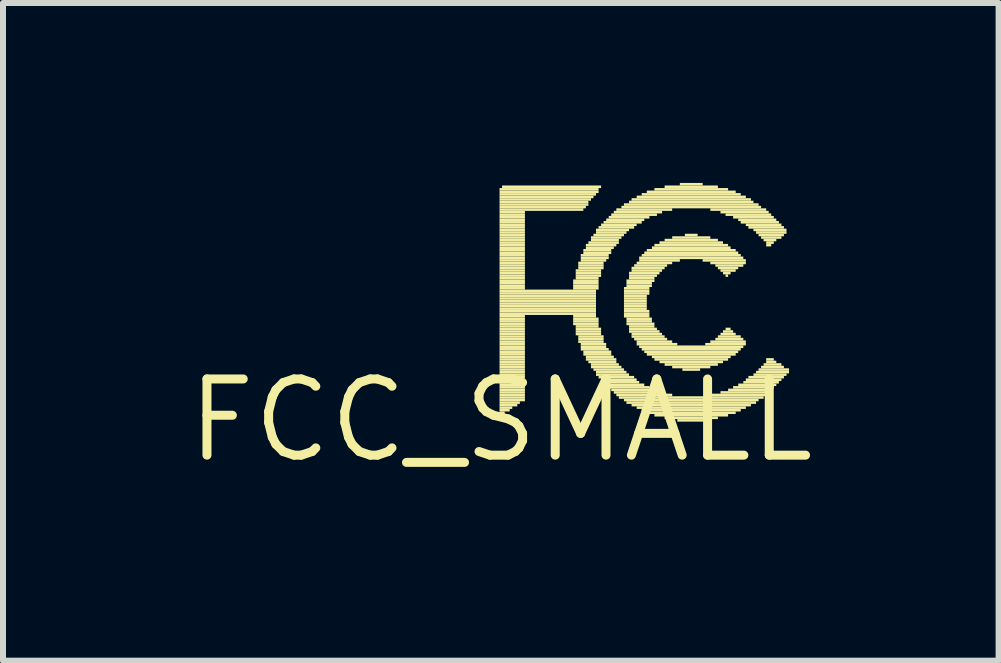
<source format=kicad_pcb>
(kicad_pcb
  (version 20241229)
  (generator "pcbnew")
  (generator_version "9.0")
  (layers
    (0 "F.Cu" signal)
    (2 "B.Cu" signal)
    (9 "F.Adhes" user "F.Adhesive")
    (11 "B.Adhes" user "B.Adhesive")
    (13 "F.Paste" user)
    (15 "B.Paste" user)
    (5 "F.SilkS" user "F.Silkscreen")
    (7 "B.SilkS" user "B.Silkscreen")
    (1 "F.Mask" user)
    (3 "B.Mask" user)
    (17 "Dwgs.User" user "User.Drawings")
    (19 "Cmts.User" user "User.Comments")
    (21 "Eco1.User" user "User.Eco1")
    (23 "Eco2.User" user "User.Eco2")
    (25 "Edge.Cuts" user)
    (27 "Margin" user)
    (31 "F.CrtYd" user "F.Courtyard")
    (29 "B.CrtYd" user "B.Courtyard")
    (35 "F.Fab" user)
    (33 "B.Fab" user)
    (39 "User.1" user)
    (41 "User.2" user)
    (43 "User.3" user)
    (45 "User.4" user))
  (footprint "FCC_SMALL"
    (layer "F.Cu")
    (at 5.299 3.958)
    (property "Reference" "FCC_SMALL" (at 0 0 0) (layer "F.SilkS") (effects (font (size 1.27 1.27) (thickness 0.15))))
    (fp_poly (pts (xy -0.021 -3.831) (xy 1.63 -3.831) (xy 1.63 -3.873) (xy -0.021 -3.873)) (stroke (width 0) (type solid)) (fill yes) (layer "F.SilkS"))
    (fp_poly (pts (xy -0.021 -3.789) (xy 1.63 -3.789) (xy 1.63 -3.831) (xy -0.021 -3.831)) (stroke (width 0) (type solid)) (fill yes) (layer "F.SilkS"))
    (fp_poly (pts (xy -0.021 -3.747) (xy 1.587 -3.747) (xy 1.587 -3.789) (xy -0.021 -3.789)) (stroke (width 0) (type solid)) (fill yes) (layer "F.SilkS"))
    (fp_poly (pts (xy -0.021 -3.704) (xy 1.545 -3.704) (xy 1.545 -3.747) (xy -0.021 -3.747)) (stroke (width 0) (type solid)) (fill yes) (layer "F.SilkS"))
    (fp_poly (pts (xy -0.021 -3.662) (xy 1.503 -3.662) (xy 1.503 -3.704) (xy -0.021 -3.704)) (stroke (width 0) (type solid)) (fill yes) (layer "F.SilkS"))
    (fp_poly (pts (xy -0.021 -3.619) (xy 1.46 -3.619) (xy 1.46 -3.662) (xy -0.021 -3.662)) (stroke (width 0) (type solid)) (fill yes) (layer "F.SilkS"))
    (fp_poly (pts (xy -0.021 -3.577) (xy 1.46 -3.577) (xy 1.46 -3.619) (xy -0.021 -3.619)) (stroke (width 0) (type solid)) (fill yes) (layer "F.SilkS"))
    (fp_poly (pts (xy -0.021 -3.535) (xy 1.418 -3.535) (xy 1.418 -3.577) (xy -0.021 -3.577)) (stroke (width 0) (type solid)) (fill yes) (layer "F.SilkS"))
    (fp_poly (pts (xy -0.021 -3.493) (xy 1.376 -3.493) (xy 1.376 -3.535) (xy -0.021 -3.535)) (stroke (width 0) (type solid)) (fill yes) (layer "F.SilkS"))
    (fp_poly (pts (xy -0.021 -3.45) (xy 0.402 -3.45) (xy 0.402 -3.493) (xy -0.021 -3.493)) (stroke (width 0) (type solid)) (fill yes) (layer "F.SilkS"))
    (fp_poly (pts (xy -0.021 -3.408) (xy 0.402 -3.408) (xy 0.402 -3.45) (xy -0.021 -3.45)) (stroke (width 0) (type solid)) (fill yes) (layer "F.SilkS"))
    (fp_poly (pts (xy -0.021 -3.365) (xy 0.402 -3.365) (xy 0.402 -3.408) (xy -0.021 -3.408)) (stroke (width 0) (type solid)) (fill yes) (layer "F.SilkS"))
    (fp_poly (pts (xy -0.021 -3.323) (xy 0.402 -3.323) (xy 0.402 -3.365) (xy -0.021 -3.365)) (stroke (width 0) (type solid)) (fill yes) (layer "F.SilkS"))
    (fp_poly (pts (xy -0.021 -3.281) (xy 0.402 -3.281) (xy 0.402 -3.323) (xy -0.021 -3.323)) (stroke (width 0) (type solid)) (fill yes) (layer "F.SilkS"))
    (fp_poly (pts (xy -0.021 -3.239) (xy 0.402 -3.239) (xy 0.402 -3.281) (xy -0.021 -3.281)) (stroke (width 0) (type solid)) (fill yes) (layer "F.SilkS"))
    (fp_poly (pts (xy -0.021 -3.196) (xy 0.402 -3.196) (xy 0.402 -3.239) (xy -0.021 -3.239)) (stroke (width 0) (type solid)) (fill yes) (layer "F.SilkS"))
    (fp_poly (pts (xy -0.021 -3.154) (xy 0.402 -3.154) (xy 0.402 -3.196) (xy -0.021 -3.196)) (stroke (width 0) (type solid)) (fill yes) (layer "F.SilkS"))
    (fp_poly (pts (xy -0.021 -3.111) (xy 0.402 -3.111) (xy 0.402 -3.154) (xy -0.021 -3.154)) (stroke (width 0) (type solid)) (fill yes) (layer "F.SilkS"))
    (fp_poly (pts (xy -0.021 -3.069) (xy 0.402 -3.069) (xy 0.402 -3.111) (xy -0.021 -3.111)) (stroke (width 0) (type solid)) (fill yes) (layer "F.SilkS"))
    (fp_poly (pts (xy -0.021 -3.027) (xy 0.402 -3.027) (xy 0.402 -3.069) (xy -0.021 -3.069)) (stroke (width 0) (type solid)) (fill yes) (layer "F.SilkS"))
    (fp_poly (pts (xy -0.021 -2.985) (xy 0.402 -2.985) (xy 0.402 -3.027) (xy -0.021 -3.027)) (stroke (width 0) (type solid)) (fill yes) (layer "F.SilkS"))
    (fp_poly (pts (xy -0.021 -2.942) (xy 0.402 -2.942) (xy 0.402 -2.985) (xy -0.021 -2.985)) (stroke (width 0) (type solid)) (fill yes) (layer "F.SilkS"))
    (fp_poly (pts (xy -0.021 -2.9) (xy 0.402 -2.9) (xy 0.402 -2.942) (xy -0.021 -2.942)) (stroke (width 0) (type solid)) (fill yes) (layer "F.SilkS"))
    (fp_poly (pts (xy -0.021 -2.857) (xy 0.402 -2.857) (xy 0.402 -2.9) (xy -0.021 -2.9)) (stroke (width 0) (type solid)) (fill yes) (layer "F.SilkS"))
    (fp_poly (pts (xy -0.021 -2.815) (xy 0.402 -2.815) (xy 0.402 -2.857) (xy -0.021 -2.857)) (stroke (width 0) (type solid)) (fill yes) (layer "F.SilkS"))
    (fp_poly (pts (xy -0.021 -2.773) (xy 0.402 -2.773) (xy 0.402 -2.815) (xy -0.021 -2.815)) (stroke (width 0) (type solid)) (fill yes) (layer "F.SilkS"))
    (fp_poly (pts (xy -0.021 -2.731) (xy 0.402 -2.731) (xy 0.402 -2.773) (xy -0.021 -2.773)) (stroke (width 0) (type solid)) (fill yes) (layer "F.SilkS"))
    (fp_poly (pts (xy -0.021 -2.688) (xy 0.402 -2.688) (xy 0.402 -2.731) (xy -0.021 -2.731)) (stroke (width 0) (type solid)) (fill yes) (layer "F.SilkS"))
    (fp_poly (pts (xy -0.021 -2.646) (xy 0.402 -2.646) (xy 0.402 -2.688) (xy -0.021 -2.688)) (stroke (width 0) (type solid)) (fill yes) (layer "F.SilkS"))
    (fp_poly (pts (xy -0.021 -2.603) (xy 0.402 -2.603) (xy 0.402 -2.646) (xy -0.021 -2.646)) (stroke (width 0) (type solid)) (fill yes) (layer "F.SilkS"))
    (fp_poly (pts (xy -0.021 -2.561) (xy 0.402 -2.561) (xy 0.402 -2.603) (xy -0.021 -2.603)) (stroke (width 0) (type solid)) (fill yes) (layer "F.SilkS"))
    (fp_poly (pts (xy -0.021 -2.519) (xy 0.402 -2.519) (xy 0.402 -2.561) (xy -0.021 -2.561)) (stroke (width 0) (type solid)) (fill yes) (layer "F.SilkS"))
    (fp_poly (pts (xy -0.021 -2.477) (xy 0.402 -2.477) (xy 0.402 -2.519) (xy -0.021 -2.519)) (stroke (width 0) (type solid)) (fill yes) (layer "F.SilkS"))
    (fp_poly (pts (xy -0.021 -2.434) (xy 0.402 -2.434) (xy 0.402 -2.477) (xy -0.021 -2.477)) (stroke (width 0) (type solid)) (fill yes) (layer "F.SilkS"))
    (fp_poly (pts (xy -0.021 -2.392) (xy 0.402 -2.392) (xy 0.402 -2.434) (xy -0.021 -2.434)) (stroke (width 0) (type solid)) (fill yes) (layer "F.SilkS"))
    (fp_poly (pts (xy -0.021 -2.349) (xy 0.402 -2.349) (xy 0.402 -2.392) (xy -0.021 -2.392)) (stroke (width 0) (type solid)) (fill yes) (layer "F.SilkS"))
    (fp_poly (pts (xy -0.021 -2.307) (xy 0.402 -2.307) (xy 0.402 -2.349) (xy -0.021 -2.349)) (stroke (width 0) (type solid)) (fill yes) (layer "F.SilkS"))
    (fp_poly (pts (xy -0.021 -2.265) (xy 0.402 -2.265) (xy 0.402 -2.307) (xy -0.021 -2.307)) (stroke (width 0) (type solid)) (fill yes) (layer "F.SilkS"))
    (fp_poly (pts (xy -0.021 -2.223) (xy 0.402 -2.223) (xy 0.402 -2.265) (xy -0.021 -2.265)) (stroke (width 0) (type solid)) (fill yes) (layer "F.SilkS"))
    (fp_poly (pts (xy -0.021 -2.18) (xy 0.402 -2.18) (xy 0.402 -2.223) (xy -0.021 -2.223)) (stroke (width 0) (type solid)) (fill yes) (layer "F.SilkS"))
    (fp_poly (pts (xy -0.021 -2.138) (xy 1.587 -2.138) (xy 1.587 -2.18) (xy -0.021 -2.18)) (stroke (width 0) (type solid)) (fill yes) (layer "F.SilkS"))
    (fp_poly (pts (xy -0.021 -2.095) (xy 1.587 -2.095) (xy 1.587 -2.138) (xy -0.021 -2.138)) (stroke (width 0) (type solid)) (fill yes) (layer "F.SilkS"))
    (fp_poly (pts (xy -0.021 -2.053) (xy 1.587 -2.053) (xy 1.587 -2.095) (xy -0.021 -2.095)) (stroke (width 0) (type solid)) (fill yes) (layer "F.SilkS"))
    (fp_poly (pts (xy -0.021 -2.011) (xy 1.587 -2.011) (xy 1.587 -2.053) (xy -0.021 -2.053)) (stroke (width 0) (type solid)) (fill yes) (layer "F.SilkS"))
    (fp_poly (pts (xy -0.021 -1.968) (xy 1.587 -1.968) (xy 1.587 -2.011) (xy -0.021 -2.011)) (stroke (width 0) (type solid)) (fill yes) (layer "F.SilkS"))
    (fp_poly (pts (xy -0.021 -1.926) (xy 1.587 -1.926) (xy 1.587 -1.968) (xy -0.021 -1.968)) (stroke (width 0) (type solid)) (fill yes) (layer "F.SilkS"))
    (fp_poly (pts (xy -0.021 -1.884) (xy 1.587 -1.884) (xy 1.587 -1.926) (xy -0.021 -1.926)) (stroke (width 0) (type solid)) (fill yes) (layer "F.SilkS"))
    (fp_poly (pts (xy -0.021 -1.841) (xy 1.587 -1.841) (xy 1.587 -1.884) (xy -0.021 -1.884)) (stroke (width 0) (type solid)) (fill yes) (layer "F.SilkS"))
    (fp_poly (pts (xy -0.021 -1.799) (xy 1.587 -1.799) (xy 1.587 -1.841) (xy -0.021 -1.841)) (stroke (width 0) (type solid)) (fill yes) (layer "F.SilkS"))
    (fp_poly (pts (xy -0.021 -1.757) (xy 1.587 -1.757) (xy 1.587 -1.799) (xy -0.021 -1.799)) (stroke (width 0) (type solid)) (fill yes) (layer "F.SilkS"))
    (fp_poly (pts (xy -0.021 -1.714) (xy 0.402 -1.714) (xy 0.402 -1.757) (xy -0.021 -1.757)) (stroke (width 0) (type solid)) (fill yes) (layer "F.SilkS"))
    (fp_poly (pts (xy -0.021 -1.672) (xy 0.402 -1.672) (xy 0.402 -1.714) (xy -0.021 -1.714)) (stroke (width 0) (type solid)) (fill yes) (layer "F.SilkS"))
    (fp_poly (pts (xy -0.021 -1.63) (xy 0.402 -1.63) (xy 0.402 -1.672) (xy -0.021 -1.672)) (stroke (width 0) (type solid)) (fill yes) (layer "F.SilkS"))
    (fp_poly (pts (xy -0.021 -1.587) (xy 0.402 -1.587) (xy 0.402 -1.63) (xy -0.021 -1.63)) (stroke (width 0) (type solid)) (fill yes) (layer "F.SilkS"))
    (fp_poly (pts (xy -0.021 -1.545) (xy 0.402 -1.545) (xy 0.402 -1.587) (xy -0.021 -1.587)) (stroke (width 0) (type solid)) (fill yes) (layer "F.SilkS"))
    (fp_poly (pts (xy -0.021 -1.503) (xy 0.402 -1.503) (xy 0.402 -1.545) (xy -0.021 -1.545)) (stroke (width 0) (type solid)) (fill yes) (layer "F.SilkS"))
    (fp_poly (pts (xy -0.021 -1.46) (xy 0.402 -1.46) (xy 0.402 -1.503) (xy -0.021 -1.503)) (stroke (width 0) (type solid)) (fill yes) (layer "F.SilkS"))
    (fp_poly (pts (xy -0.021 -1.418) (xy 0.402 -1.418) (xy 0.402 -1.46) (xy -0.021 -1.46)) (stroke (width 0) (type solid)) (fill yes) (layer "F.SilkS"))
    (fp_poly (pts (xy -0.021 -1.376) (xy 0.402 -1.376) (xy 0.402 -1.418) (xy -0.021 -1.418)) (stroke (width 0) (type solid)) (fill yes) (layer "F.SilkS"))
    (fp_poly (pts (xy -0.021 -1.333) (xy 0.402 -1.333) (xy 0.402 -1.376) (xy -0.021 -1.376)) (stroke (width 0) (type solid)) (fill yes) (layer "F.SilkS"))
    (fp_poly (pts (xy -0.021 -1.291) (xy 0.402 -1.291) (xy 0.402 -1.333) (xy -0.021 -1.333)) (stroke (width 0) (type solid)) (fill yes) (layer "F.SilkS"))
    (fp_poly (pts (xy -0.021 -1.249) (xy 0.402 -1.249) (xy 0.402 -1.291) (xy -0.021 -1.291)) (stroke (width 0) (type solid)) (fill yes) (layer "F.SilkS"))
    (fp_poly (pts (xy -0.021 -1.206) (xy 0.402 -1.206) (xy 0.402 -1.249) (xy -0.021 -1.249)) (stroke (width 0) (type solid)) (fill yes) (layer "F.SilkS"))
    (fp_poly (pts (xy -0.021 -1.164) (xy 0.402 -1.164) (xy 0.402 -1.206) (xy -0.021 -1.206)) (stroke (width 0) (type solid)) (fill yes) (layer "F.SilkS"))
    (fp_poly (pts (xy -0.021 -1.122) (xy 0.402 -1.122) (xy 0.402 -1.164) (xy -0.021 -1.164)) (stroke (width 0) (type solid)) (fill yes) (layer "F.SilkS"))
    (fp_poly (pts (xy -0.021 -1.079) (xy 0.402 -1.079) (xy 0.402 -1.122) (xy -0.021 -1.122)) (stroke (width 0) (type solid)) (fill yes) (layer "F.SilkS"))
    (fp_poly (pts (xy -0.021 -1.037) (xy 0.402 -1.037) (xy 0.402 -1.079) (xy -0.021 -1.079)) (stroke (width 0) (type solid)) (fill yes) (layer "F.SilkS"))
    (fp_poly (pts (xy -0.021 -0.995) (xy 0.402 -0.995) (xy 0.402 -1.037) (xy -0.021 -1.037)) (stroke (width 0) (type solid)) (fill yes) (layer "F.SilkS"))
    (fp_poly (pts (xy -0.021 -0.953) (xy 0.402 -0.953) (xy 0.402 -0.995) (xy -0.021 -0.995)) (stroke (width 0) (type solid)) (fill yes) (layer "F.SilkS"))
    (fp_poly (pts (xy -0.021 -0.91) (xy 0.402 -0.91) (xy 0.402 -0.953) (xy -0.021 -0.953)) (stroke (width 0) (type solid)) (fill yes) (layer "F.SilkS"))
    (fp_poly (pts (xy -0.021 -0.868) (xy 0.402 -0.868) (xy 0.402 -0.91) (xy -0.021 -0.91)) (stroke (width 0) (type solid)) (fill yes) (layer "F.SilkS"))
    (fp_poly (pts (xy -0.021 -0.826) (xy 0.402 -0.826) (xy 0.402 -0.868) (xy -0.021 -0.868)) (stroke (width 0) (type solid)) (fill yes) (layer "F.SilkS"))
    (fp_poly (pts (xy -0.021 -0.783) (xy 0.402 -0.783) (xy 0.402 -0.826) (xy -0.021 -0.826)) (stroke (width 0) (type solid)) (fill yes) (layer "F.SilkS"))
    (fp_poly (pts (xy -0.021 -0.741) (xy 0.402 -0.741) (xy 0.402 -0.783) (xy -0.021 -0.783)) (stroke (width 0) (type solid)) (fill yes) (layer "F.SilkS"))
    (fp_poly (pts (xy -0.021 -0.699) (xy 0.402 -0.699) (xy 0.402 -0.741) (xy -0.021 -0.741)) (stroke (width 0) (type solid)) (fill yes) (layer "F.SilkS"))
    (fp_poly (pts (xy -0.021 -0.656) (xy 0.402 -0.656) (xy 0.402 -0.699) (xy -0.021 -0.699)) (stroke (width 0) (type solid)) (fill yes) (layer "F.SilkS"))
    (fp_poly (pts (xy -0.021 -0.614) (xy 0.402 -0.614) (xy 0.402 -0.656) (xy -0.021 -0.656)) (stroke (width 0) (type solid)) (fill yes) (layer "F.SilkS"))
    (fp_poly (pts (xy -0.021 -0.572) (xy 0.402 -0.572) (xy 0.402 -0.614) (xy -0.021 -0.614)) (stroke (width 0) (type solid)) (fill yes) (layer "F.SilkS"))
    (fp_poly (pts (xy -0.021 -0.529) (xy 0.402 -0.529) (xy 0.402 -0.572) (xy -0.021 -0.572)) (stroke (width 0) (type solid)) (fill yes) (layer "F.SilkS"))
    (fp_poly (pts (xy -0.021 -0.487) (xy 0.402 -0.487) (xy 0.402 -0.529) (xy -0.021 -0.529)) (stroke (width 0) (type solid)) (fill yes) (layer "F.SilkS"))
    (fp_poly (pts (xy -0.021 -0.445) (xy 0.402 -0.445) (xy 0.402 -0.487) (xy -0.021 -0.487)) (stroke (width 0) (type solid)) (fill yes) (layer "F.SilkS"))
    (fp_poly (pts (xy -0.021 -0.402) (xy 0.402 -0.402) (xy 0.402 -0.445) (xy -0.021 -0.445)) (stroke (width 0) (type solid)) (fill yes) (layer "F.SilkS"))
    (fp_poly (pts (xy -0.021 -0.36) (xy 0.402 -0.36) (xy 0.402 -0.402) (xy -0.021 -0.402)) (stroke (width 0) (type solid)) (fill yes) (layer "F.SilkS"))
    (fp_poly (pts (xy -0.021 -0.318) (xy 0.402 -0.318) (xy 0.402 -0.36) (xy -0.021 -0.36)) (stroke (width 0) (type solid)) (fill yes) (layer "F.SilkS"))
    (fp_poly (pts (xy -0.021 -0.275) (xy 0.318 -0.275) (xy 0.318 -0.318) (xy -0.021 -0.318)) (stroke (width 0) (type solid)) (fill yes) (layer "F.SilkS"))
    (fp_poly (pts (xy -0.021 -0.233) (xy 0.275 -0.233) (xy 0.275 -0.275) (xy -0.021 -0.275)) (stroke (width 0) (type solid)) (fill yes) (layer "F.SilkS"))
    (fp_poly (pts (xy -0.021 -0.191) (xy 0.191 -0.191) (xy 0.191 -0.233) (xy -0.021 -0.233)) (stroke (width 0) (type solid)) (fill yes) (layer "F.SilkS"))
    (fp_poly (pts (xy -0.021 -0.148) (xy 0.148 -0.148) (xy 0.148 -0.191) (xy -0.021 -0.191)) (stroke (width 0) (type solid)) (fill yes) (layer "F.SilkS"))
    (fp_poly (pts (xy -0.021 -0.106) (xy 0.064 -0.106) (xy 0.064 -0.148) (xy -0.021 -0.148)) (stroke (width 0) (type solid)) (fill yes) (layer "F.SilkS"))
    (fp_poly (pts (xy -0.021 -0.064) (xy 0.021 -0.064) (xy 0.021 -0.106) (xy -0.021 -0.106)) (stroke (width 0) (type solid)) (fill yes) (layer "F.SilkS"))
    (fp_poly (pts (xy 0.021 -3.873) (xy 1.672 -3.873) (xy 1.672 -3.916) (xy 0.021 -3.916)) (stroke (width 0) (type solid)) (fill yes) (layer "F.SilkS"))
    (fp_poly (pts (xy 1.206 -2.307) (xy 1.63 -2.307) (xy 1.63 -2.349) (xy 1.206 -2.349)) (stroke (width 0) (type solid)) (fill yes) (layer "F.SilkS"))
    (fp_poly (pts (xy 1.206 -2.265) (xy 1.63 -2.265) (xy 1.63 -2.307) (xy 1.206 -2.307)) (stroke (width 0) (type solid)) (fill yes) (layer "F.SilkS"))
    (fp_poly (pts (xy 1.206 -2.223) (xy 1.63 -2.223) (xy 1.63 -2.265) (xy 1.206 -2.265)) (stroke (width 0) (type solid)) (fill yes) (layer "F.SilkS"))
    (fp_poly (pts (xy 1.206 -2.18) (xy 1.63 -2.18) (xy 1.63 -2.223) (xy 1.206 -2.223)) (stroke (width 0) (type solid)) (fill yes) (layer "F.SilkS"))
    (fp_poly (pts (xy 1.206 -1.714) (xy 1.587 -1.714) (xy 1.587 -1.757) (xy 1.206 -1.757)) (stroke (width 0) (type solid)) (fill yes) (layer "F.SilkS"))
    (fp_poly (pts (xy 1.206 -1.672) (xy 1.63 -1.672) (xy 1.63 -1.714) (xy 1.206 -1.714)) (stroke (width 0) (type solid)) (fill yes) (layer "F.SilkS"))
    (fp_poly (pts (xy 1.206 -1.63) (xy 1.63 -1.63) (xy 1.63 -1.672) (xy 1.206 -1.672)) (stroke (width 0) (type solid)) (fill yes) (layer "F.SilkS"))
    (fp_poly (pts (xy 1.206 -1.587) (xy 1.63 -1.587) (xy 1.63 -1.63) (xy 1.206 -1.63)) (stroke (width 0) (type solid)) (fill yes) (layer "F.SilkS"))
    (fp_poly (pts (xy 1.249 -2.477) (xy 1.672 -2.477) (xy 1.672 -2.519) (xy 1.249 -2.519)) (stroke (width 0) (type solid)) (fill yes) (layer "F.SilkS"))
    (fp_poly (pts (xy 1.249 -2.434) (xy 1.672 -2.434) (xy 1.672 -2.477) (xy 1.249 -2.477)) (stroke (width 0) (type solid)) (fill yes) (layer "F.SilkS"))
    (fp_poly (pts (xy 1.249 -2.392) (xy 1.672 -2.392) (xy 1.672 -2.434) (xy 1.249 -2.434)) (stroke (width 0) (type solid)) (fill yes) (layer "F.SilkS"))
    (fp_poly (pts (xy 1.249 -2.349) (xy 1.63 -2.349) (xy 1.63 -2.392) (xy 1.249 -2.392)) (stroke (width 0) (type solid)) (fill yes) (layer "F.SilkS"))
    (fp_poly (pts (xy 1.249 -1.545) (xy 1.63 -1.545) (xy 1.63 -1.587) (xy 1.249 -1.587)) (stroke (width 0) (type solid)) (fill yes) (layer "F.SilkS"))
    (fp_poly (pts (xy 1.249 -1.503) (xy 1.672 -1.503) (xy 1.672 -1.545) (xy 1.249 -1.545)) (stroke (width 0) (type solid)) (fill yes) (layer "F.SilkS"))
    (fp_poly (pts (xy 1.249 -1.46) (xy 1.672 -1.46) (xy 1.672 -1.503) (xy 1.249 -1.503)) (stroke (width 0) (type solid)) (fill yes) (layer "F.SilkS"))
    (fp_poly (pts (xy 1.249 -1.418) (xy 1.672 -1.418) (xy 1.672 -1.46) (xy 1.249 -1.46)) (stroke (width 0) (type solid)) (fill yes) (layer "F.SilkS"))
    (fp_poly (pts (xy 1.291 -2.603) (xy 1.714 -2.603) (xy 1.714 -2.646) (xy 1.291 -2.646)) (stroke (width 0) (type solid)) (fill yes) (layer "F.SilkS"))
    (fp_poly (pts (xy 1.291 -2.561) (xy 1.714 -2.561) (xy 1.714 -2.603) (xy 1.291 -2.603)) (stroke (width 0) (type solid)) (fill yes) (layer "F.SilkS"))
    (fp_poly (pts (xy 1.291 -2.519) (xy 1.714 -2.519) (xy 1.714 -2.561) (xy 1.291 -2.561)) (stroke (width 0) (type solid)) (fill yes) (layer "F.SilkS"))
    (fp_poly (pts (xy 1.291 -1.376) (xy 1.714 -1.376) (xy 1.714 -1.418) (xy 1.291 -1.418)) (stroke (width 0) (type solid)) (fill yes) (layer "F.SilkS"))
    (fp_poly (pts (xy 1.291 -1.333) (xy 1.714 -1.333) (xy 1.714 -1.376) (xy 1.291 -1.376)) (stroke (width 0) (type solid)) (fill yes) (layer "F.SilkS"))
    (fp_poly (pts (xy 1.291 -1.291) (xy 1.714 -1.291) (xy 1.714 -1.333) (xy 1.291 -1.333)) (stroke (width 0) (type solid)) (fill yes) (layer "F.SilkS"))
    (fp_poly (pts (xy 1.333 -2.731) (xy 1.799 -2.731) (xy 1.799 -2.773) (xy 1.333 -2.773)) (stroke (width 0) (type solid)) (fill yes) (layer "F.SilkS"))
    (fp_poly (pts (xy 1.333 -2.688) (xy 1.799 -2.688) (xy 1.799 -2.731) (xy 1.333 -2.731)) (stroke (width 0) (type solid)) (fill yes) (layer "F.SilkS"))
    (fp_poly (pts (xy 1.333 -2.646) (xy 1.757 -2.646) (xy 1.757 -2.688) (xy 1.333 -2.688)) (stroke (width 0) (type solid)) (fill yes) (layer "F.SilkS"))
    (fp_poly (pts (xy 1.333 -1.249) (xy 1.757 -1.249) (xy 1.757 -1.291) (xy 1.333 -1.291)) (stroke (width 0) (type solid)) (fill yes) (layer "F.SilkS"))
    (fp_poly (pts (xy 1.333 -1.206) (xy 1.757 -1.206) (xy 1.757 -1.249) (xy 1.333 -1.249)) (stroke (width 0) (type solid)) (fill yes) (layer "F.SilkS"))
    (fp_poly (pts (xy 1.333 -1.164) (xy 1.799 -1.164) (xy 1.799 -1.206) (xy 1.333 -1.206)) (stroke (width 0) (type solid)) (fill yes) (layer "F.SilkS"))
    (fp_poly (pts (xy 1.376 -2.815) (xy 1.841 -2.815) (xy 1.841 -2.857) (xy 1.376 -2.857)) (stroke (width 0) (type solid)) (fill yes) (layer "F.SilkS"))
    (fp_poly (pts (xy 1.376 -2.773) (xy 1.841 -2.773) (xy 1.841 -2.815) (xy 1.376 -2.815)) (stroke (width 0) (type solid)) (fill yes) (layer "F.SilkS"))
    (fp_poly (pts (xy 1.376 -1.122) (xy 1.841 -1.122) (xy 1.841 -1.164) (xy 1.376 -1.164)) (stroke (width 0) (type solid)) (fill yes) (layer "F.SilkS"))
    (fp_poly (pts (xy 1.376 -1.079) (xy 1.841 -1.079) (xy 1.841 -1.122) (xy 1.376 -1.122)) (stroke (width 0) (type solid)) (fill yes) (layer "F.SilkS"))
    (fp_poly (pts (xy 1.418 -2.9) (xy 1.926 -2.9) (xy 1.926 -2.942) (xy 1.418 -2.942)) (stroke (width 0) (type solid)) (fill yes) (layer "F.SilkS"))
    (fp_poly (pts (xy 1.418 -2.857) (xy 1.884 -2.857) (xy 1.884 -2.9) (xy 1.418 -2.9)) (stroke (width 0) (type solid)) (fill yes) (layer "F.SilkS"))
    (fp_poly (pts (xy 1.418 -1.037) (xy 1.884 -1.037) (xy 1.884 -1.079) (xy 1.418 -1.079)) (stroke (width 0) (type solid)) (fill yes) (layer "F.SilkS"))
    (fp_poly (pts (xy 1.418 -0.995) (xy 1.926 -0.995) (xy 1.926 -1.037) (xy 1.418 -1.037)) (stroke (width 0) (type solid)) (fill yes) (layer "F.SilkS"))
    (fp_poly (pts (xy 1.46 -2.942) (xy 1.968 -2.942) (xy 1.968 -2.985) (xy 1.46 -2.985)) (stroke (width 0) (type solid)) (fill yes) (layer "F.SilkS"))
    (fp_poly (pts (xy 1.46 -0.953) (xy 1.926 -0.953) (xy 1.926 -0.995) (xy 1.46 -0.995)) (stroke (width 0) (type solid)) (fill yes) (layer "F.SilkS"))
    (fp_poly (pts (xy 1.503 -3.027) (xy 2.011 -3.027) (xy 2.011 -3.069) (xy 1.503 -3.069)) (stroke (width 0) (type solid)) (fill yes) (layer "F.SilkS"))
    (fp_poly (pts (xy 1.503 -2.985) (xy 1.968 -2.985) (xy 1.968 -3.027) (xy 1.503 -3.027)) (stroke (width 0) (type solid)) (fill yes) (layer "F.SilkS"))
    (fp_poly (pts (xy 1.503 -0.91) (xy 1.968 -0.91) (xy 1.968 -0.953) (xy 1.503 -0.953)) (stroke (width 0) (type solid)) (fill yes) (layer "F.SilkS"))
    (fp_poly (pts (xy 1.503 -0.868) (xy 2.011 -0.868) (xy 2.011 -0.91) (xy 1.503 -0.91)) (stroke (width 0) (type solid)) (fill yes) (layer "F.SilkS"))
    (fp_poly (pts (xy 1.545 -3.069) (xy 2.053 -3.069) (xy 2.053 -3.111) (xy 1.545 -3.111)) (stroke (width 0) (type solid)) (fill yes) (layer "F.SilkS"))
    (fp_poly (pts (xy 1.545 -0.826) (xy 2.053 -0.826) (xy 2.053 -0.868) (xy 1.545 -0.868)) (stroke (width 0) (type solid)) (fill yes) (layer "F.SilkS"))
    (fp_poly (pts (xy 1.587 -3.154) (xy 2.138 -3.154) (xy 2.138 -3.196) (xy 1.587 -3.196)) (stroke (width 0) (type solid)) (fill yes) (layer "F.SilkS"))
    (fp_poly (pts (xy 1.587 -3.111) (xy 2.095 -3.111) (xy 2.095 -3.154) (xy 1.587 -3.154)) (stroke (width 0) (type solid)) (fill yes) (layer "F.SilkS"))
    (fp_poly (pts (xy 1.587 -0.783) (xy 2.095 -0.783) (xy 2.095 -0.826) (xy 1.587 -0.826)) (stroke (width 0) (type solid)) (fill yes) (layer "F.SilkS"))
    (fp_poly (pts (xy 1.587 -0.741) (xy 2.138 -0.741) (xy 2.138 -0.783) (xy 1.587 -0.783)) (stroke (width 0) (type solid)) (fill yes) (layer "F.SilkS"))
    (fp_poly (pts (xy 1.63 -3.196) (xy 2.223 -3.196) (xy 2.223 -3.239) (xy 1.63 -3.239)) (stroke (width 0) (type solid)) (fill yes) (layer "F.SilkS"))
    (fp_poly (pts (xy 1.63 -0.699) (xy 2.223 -0.699) (xy 2.223 -0.741) (xy 1.63 -0.741)) (stroke (width 0) (type solid)) (fill yes) (layer "F.SilkS"))
    (fp_poly (pts (xy 1.672 -3.239) (xy 2.265 -3.239) (xy 2.265 -3.281) (xy 1.672 -3.281)) (stroke (width 0) (type solid)) (fill yes) (layer "F.SilkS"))
    (fp_poly (pts (xy 1.672 -0.656) (xy 2.265 -0.656) (xy 2.265 -0.699) (xy 1.672 -0.699)) (stroke (width 0) (type solid)) (fill yes) (layer "F.SilkS"))
    (fp_poly (pts (xy 1.714 -3.281) (xy 2.349 -3.281) (xy 2.349 -3.323) (xy 1.714 -3.323)) (stroke (width 0) (type solid)) (fill yes) (layer "F.SilkS"))
    (fp_poly (pts (xy 1.714 -0.614) (xy 2.307 -0.614) (xy 2.307 -0.656) (xy 1.714 -0.656)) (stroke (width 0) (type solid)) (fill yes) (layer "F.SilkS"))
    (fp_poly (pts (xy 1.757 -3.323) (xy 2.392 -3.323) (xy 2.392 -3.365) (xy 1.757 -3.365)) (stroke (width 0) (type solid)) (fill yes) (layer "F.SilkS"))
    (fp_poly (pts (xy 1.757 -0.572) (xy 2.392 -0.572) (xy 2.392 -0.614) (xy 1.757 -0.614)) (stroke (width 0) (type solid)) (fill yes) (layer "F.SilkS"))
    (fp_poly (pts (xy 1.799 -3.365) (xy 2.477 -3.365) (xy 2.477 -3.408) (xy 1.799 -3.408)) (stroke (width 0) (type solid)) (fill yes) (layer "F.SilkS"))
    (fp_poly (pts (xy 1.799 -0.529) (xy 2.477 -0.529) (xy 2.477 -0.572) (xy 1.799 -0.572)) (stroke (width 0) (type solid)) (fill yes) (layer "F.SilkS"))
    (fp_poly (pts (xy 1.841 -3.408) (xy 2.603 -3.408) (xy 2.603 -3.45) (xy 1.841 -3.45)) (stroke (width 0) (type solid)) (fill yes) (layer "F.SilkS"))
    (fp_poly (pts (xy 1.841 -0.487) (xy 2.561 -0.487) (xy 2.561 -0.529) (xy 1.841 -0.529)) (stroke (width 0) (type solid)) (fill yes) (layer "F.SilkS"))
    (fp_poly (pts (xy 1.884 -3.45) (xy 2.688 -3.45) (xy 2.688 -3.493) (xy 1.884 -3.493)) (stroke (width 0) (type solid)) (fill yes) (layer "F.SilkS"))
    (fp_poly (pts (xy 1.884 -0.445) (xy 2.688 -0.445) (xy 2.688 -0.487) (xy 1.884 -0.487)) (stroke (width 0) (type solid)) (fill yes) (layer "F.SilkS"))
    (fp_poly (pts (xy 1.926 -3.493) (xy 2.857 -3.493) (xy 2.857 -3.535) (xy 1.926 -3.535)) (stroke (width 0) (type solid)) (fill yes) (layer "F.SilkS"))
    (fp_poly (pts (xy 1.926 -0.402) (xy 2.857 -0.402) (xy 2.857 -0.445) (xy 1.926 -0.445)) (stroke (width 0) (type solid)) (fill yes) (layer "F.SilkS"))
    (fp_poly (pts (xy 1.968 -0.36) (xy 4.381 -0.36) (xy 4.381 -0.402) (xy 1.968 -0.402)) (stroke (width 0) (type solid)) (fill yes) (layer "F.SilkS"))
    (fp_poly (pts (xy 2.011 -3.535) (xy 4.339 -3.535) (xy 4.339 -3.577) (xy 2.011 -3.577)) (stroke (width 0) (type solid)) (fill yes) (layer "F.SilkS"))
    (fp_poly (pts (xy 2.053 -3.577) (xy 4.297 -3.577) (xy 4.297 -3.619) (xy 2.053 -3.619)) (stroke (width 0) (type solid)) (fill yes) (layer "F.SilkS"))
    (fp_poly (pts (xy 2.053 -2.18) (xy 2.477 -2.18) (xy 2.477 -2.223) (xy 2.053 -2.223)) (stroke (width 0) (type solid)) (fill yes) (layer "F.SilkS"))
    (fp_poly (pts (xy 2.053 -2.138) (xy 2.477 -2.138) (xy 2.477 -2.18) (xy 2.053 -2.18)) (stroke (width 0) (type solid)) (fill yes) (layer "F.SilkS"))
    (fp_poly (pts (xy 2.053 -2.095) (xy 2.477 -2.095) (xy 2.477 -2.138) (xy 2.053 -2.138)) (stroke (width 0) (type solid)) (fill yes) (layer "F.SilkS"))
    (fp_poly (pts (xy 2.053 -2.053) (xy 2.434 -2.053) (xy 2.434 -2.095) (xy 2.053 -2.095)) (stroke (width 0) (type solid)) (fill yes) (layer "F.SilkS"))
    (fp_poly (pts (xy 2.053 -2.011) (xy 2.434 -2.011) (xy 2.434 -2.053) (xy 2.053 -2.053)) (stroke (width 0) (type solid)) (fill yes) (layer "F.SilkS"))
    (fp_poly (pts (xy 2.053 -1.968) (xy 2.434 -1.968) (xy 2.434 -2.011) (xy 2.053 -2.011)) (stroke (width 0) (type solid)) (fill yes) (layer "F.SilkS"))
    (fp_poly (pts (xy 2.053 -1.926) (xy 2.434 -1.926) (xy 2.434 -1.968) (xy 2.053 -1.968)) (stroke (width 0) (type solid)) (fill yes) (layer "F.SilkS"))
    (fp_poly (pts (xy 2.053 -1.884) (xy 2.434 -1.884) (xy 2.434 -1.926) (xy 2.053 -1.926)) (stroke (width 0) (type solid)) (fill yes) (layer "F.SilkS"))
    (fp_poly (pts (xy 2.053 -1.841) (xy 2.434 -1.841) (xy 2.434 -1.884) (xy 2.053 -1.884)) (stroke (width 0) (type solid)) (fill yes) (layer "F.SilkS"))
    (fp_poly (pts (xy 2.053 -1.799) (xy 2.477 -1.799) (xy 2.477 -1.841) (xy 2.053 -1.841)) (stroke (width 0) (type solid)) (fill yes) (layer "F.SilkS"))
    (fp_poly (pts (xy 2.053 -1.757) (xy 2.477 -1.757) (xy 2.477 -1.799) (xy 2.053 -1.799)) (stroke (width 0) (type solid)) (fill yes) (layer "F.SilkS"))
    (fp_poly (pts (xy 2.053 -1.714) (xy 2.477 -1.714) (xy 2.477 -1.757) (xy 2.053 -1.757)) (stroke (width 0) (type solid)) (fill yes) (layer "F.SilkS"))
    (fp_poly (pts (xy 2.053 -0.318) (xy 4.297 -0.318) (xy 4.297 -0.36) (xy 2.053 -0.36)) (stroke (width 0) (type solid)) (fill yes) (layer "F.SilkS"))
    (fp_poly (pts (xy 2.095 -2.307) (xy 2.561 -2.307) (xy 2.561 -2.349) (xy 2.095 -2.349)) (stroke (width 0) (type solid)) (fill yes) (layer "F.SilkS"))
    (fp_poly (pts (xy 2.095 -2.265) (xy 2.519 -2.265) (xy 2.519 -2.307) (xy 2.095 -2.307)) (stroke (width 0) (type solid)) (fill yes) (layer "F.SilkS"))
    (fp_poly (pts (xy 2.095 -2.223) (xy 2.519 -2.223) (xy 2.519 -2.265) (xy 2.095 -2.265)) (stroke (width 0) (type solid)) (fill yes) (layer "F.SilkS"))
    (fp_poly (pts (xy 2.095 -1.672) (xy 2.519 -1.672) (xy 2.519 -1.714) (xy 2.095 -1.714)) (stroke (width 0) (type solid)) (fill yes) (layer "F.SilkS"))
    (fp_poly (pts (xy 2.095 -1.63) (xy 2.519 -1.63) (xy 2.519 -1.672) (xy 2.095 -1.672)) (stroke (width 0) (type solid)) (fill yes) (layer "F.SilkS"))
    (fp_poly (pts (xy 2.095 -1.587) (xy 2.561 -1.587) (xy 2.561 -1.63) (xy 2.095 -1.63)) (stroke (width 0) (type solid)) (fill yes) (layer "F.SilkS"))
    (fp_poly (pts (xy 2.095 -0.275) (xy 4.255 -0.275) (xy 4.255 -0.318) (xy 2.095 -0.318)) (stroke (width 0) (type solid)) (fill yes) (layer "F.SilkS"))
    (fp_poly (pts (xy 2.138 -3.619) (xy 4.212 -3.619) (xy 4.212 -3.662) (xy 2.138 -3.662)) (stroke (width 0) (type solid)) (fill yes) (layer "F.SilkS"))
    (fp_poly (pts (xy 2.138 -2.434) (xy 2.646 -2.434) (xy 2.646 -2.477) (xy 2.138 -2.477)) (stroke (width 0) (type solid)) (fill yes) (layer "F.SilkS"))
    (fp_poly (pts (xy 2.138 -2.392) (xy 2.603 -2.392) (xy 2.603 -2.434) (xy 2.138 -2.434)) (stroke (width 0) (type solid)) (fill yes) (layer "F.SilkS"))
    (fp_poly (pts (xy 2.138 -2.349) (xy 2.561 -2.349) (xy 2.561 -2.392) (xy 2.138 -2.392)) (stroke (width 0) (type solid)) (fill yes) (layer "F.SilkS"))
    (fp_poly (pts (xy 2.138 -1.545) (xy 2.561 -1.545) (xy 2.561 -1.587) (xy 2.138 -1.587)) (stroke (width 0) (type solid)) (fill yes) (layer "F.SilkS"))
    (fp_poly (pts (xy 2.138 -1.503) (xy 2.603 -1.503) (xy 2.603 -1.545) (xy 2.138 -1.545)) (stroke (width 0) (type solid)) (fill yes) (layer "F.SilkS"))
    (fp_poly (pts (xy 2.138 -1.46) (xy 2.646 -1.46) (xy 2.646 -1.503) (xy 2.138 -1.503)) (stroke (width 0) (type solid)) (fill yes) (layer "F.SilkS"))
    (fp_poly (pts (xy 2.18 -3.662) (xy 4.17 -3.662) (xy 4.17 -3.704) (xy 2.18 -3.704)) (stroke (width 0) (type solid)) (fill yes) (layer "F.SilkS"))
    (fp_poly (pts (xy 2.18 -2.519) (xy 2.731 -2.519) (xy 2.731 -2.561) (xy 2.18 -2.561)) (stroke (width 0) (type solid)) (fill yes) (layer "F.SilkS"))
    (fp_poly (pts (xy 2.18 -2.477) (xy 2.688 -2.477) (xy 2.688 -2.519) (xy 2.18 -2.519)) (stroke (width 0) (type solid)) (fill yes) (layer "F.SilkS"))
    (fp_poly (pts (xy 2.18 -1.418) (xy 2.688 -1.418) (xy 2.688 -1.46) (xy 2.18 -1.46)) (stroke (width 0) (type solid)) (fill yes) (layer "F.SilkS"))
    (fp_poly (pts (xy 2.18 -1.376) (xy 2.731 -1.376) (xy 2.731 -1.418) (xy 2.18 -1.418)) (stroke (width 0) (type solid)) (fill yes) (layer "F.SilkS"))
    (fp_poly (pts (xy 2.18 -0.233) (xy 4.17 -0.233) (xy 4.17 -0.275) (xy 2.18 -0.275)) (stroke (width 0) (type solid)) (fill yes) (layer "F.SilkS"))
    (fp_poly (pts (xy 2.223 -2.561) (xy 2.773 -2.561) (xy 2.773 -2.603) (xy 2.223 -2.603)) (stroke (width 0) (type solid)) (fill yes) (layer "F.SilkS"))
    (fp_poly (pts (xy 2.223 -1.333) (xy 2.773 -1.333) (xy 2.773 -1.376) (xy 2.223 -1.376)) (stroke (width 0) (type solid)) (fill yes) (layer "F.SilkS"))
    (fp_poly (pts (xy 2.265 -3.704) (xy 4.085 -3.704) (xy 4.085 -3.747) (xy 2.265 -3.747)) (stroke (width 0) (type solid)) (fill yes) (layer "F.SilkS"))
    (fp_poly (pts (xy 2.265 -2.603) (xy 2.857 -2.603) (xy 2.857 -2.646) (xy 2.265 -2.646)) (stroke (width 0) (type solid)) (fill yes) (layer "F.SilkS"))
    (fp_poly (pts (xy 2.265 -1.291) (xy 2.857 -1.291) (xy 2.857 -1.333) (xy 2.265 -1.333)) (stroke (width 0) (type solid)) (fill yes) (layer "F.SilkS"))
    (fp_poly (pts (xy 2.265 -1.249) (xy 2.942 -1.249) (xy 2.942 -1.291) (xy 2.265 -1.291)) (stroke (width 0) (type solid)) (fill yes) (layer "F.SilkS"))
    (fp_poly (pts (xy 2.265 -0.191) (xy 4.085 -0.191) (xy 4.085 -0.233) (xy 2.265 -0.233)) (stroke (width 0) (type solid)) (fill yes) (layer "F.SilkS"))
    (fp_poly (pts (xy 2.307 -2.688) (xy 4.043 -2.688) (xy 4.043 -2.731) (xy 2.307 -2.731)) (stroke (width 0) (type solid)) (fill yes) (layer "F.SilkS"))
    (fp_poly (pts (xy 2.307 -2.646) (xy 2.985 -2.646) (xy 2.985 -2.688) (xy 2.307 -2.688)) (stroke (width 0) (type solid)) (fill yes) (layer "F.SilkS"))
    (fp_poly (pts (xy 2.307 -1.206) (xy 4.043 -1.206) (xy 4.043 -1.249) (xy 2.307 -1.249)) (stroke (width 0) (type solid)) (fill yes) (layer "F.SilkS"))
    (fp_poly (pts (xy 2.349 -3.747) (xy 4 -3.747) (xy 4 -3.789) (xy 2.349 -3.789)) (stroke (width 0) (type solid)) (fill yes) (layer "F.SilkS"))
    (fp_poly (pts (xy 2.349 -2.731) (xy 4 -2.731) (xy 4 -2.773) (xy 2.349 -2.773)) (stroke (width 0) (type solid)) (fill yes) (layer "F.SilkS"))
    (fp_poly (pts (xy 2.349 -1.164) (xy 4 -1.164) (xy 4 -1.206) (xy 2.349 -1.206)) (stroke (width 0) (type solid)) (fill yes) (layer "F.SilkS"))
    (fp_poly (pts (xy 2.349 -0.148) (xy 4 -0.148) (xy 4 -0.191) (xy 2.349 -0.191)) (stroke (width 0) (type solid)) (fill yes) (layer "F.SilkS"))
    (fp_poly (pts (xy 2.392 -2.773) (xy 3.958 -2.773) (xy 3.958 -2.815) (xy 2.392 -2.815)) (stroke (width 0) (type solid)) (fill yes) (layer "F.SilkS"))
    (fp_poly (pts (xy 2.392 -1.122) (xy 3.958 -1.122) (xy 3.958 -1.164) (xy 2.392 -1.164)) (stroke (width 0) (type solid)) (fill yes) (layer "F.SilkS"))
    (fp_poly (pts (xy 2.434 -3.789) (xy 3.916 -3.789) (xy 3.916 -3.831) (xy 2.434 -3.831)) (stroke (width 0) (type solid)) (fill yes) (layer "F.SilkS"))
    (fp_poly (pts (xy 2.434 -2.815) (xy 3.916 -2.815) (xy 3.916 -2.857) (xy 2.434 -2.857)) (stroke (width 0) (type solid)) (fill yes) (layer "F.SilkS"))
    (fp_poly (pts (xy 2.434 -1.079) (xy 3.916 -1.079) (xy 3.916 -1.122) (xy 2.434 -1.122)) (stroke (width 0) (type solid)) (fill yes) (layer "F.SilkS"))
    (fp_poly (pts (xy 2.434 -0.106) (xy 3.916 -0.106) (xy 3.916 -0.148) (xy 2.434 -0.148)) (stroke (width 0) (type solid)) (fill yes) (layer "F.SilkS"))
    (fp_poly (pts (xy 2.519 -2.857) (xy 3.831 -2.857) (xy 3.831 -2.9) (xy 2.519 -2.9)) (stroke (width 0) (type solid)) (fill yes) (layer "F.SilkS"))
    (fp_poly (pts (xy 2.519 -1.037) (xy 3.831 -1.037) (xy 3.831 -1.079) (xy 2.519 -1.079)) (stroke (width 0) (type solid)) (fill yes) (layer "F.SilkS"))
    (fp_poly (pts (xy 2.561 -3.831) (xy 3.789 -3.831) (xy 3.789 -3.873) (xy 2.561 -3.873)) (stroke (width 0) (type solid)) (fill yes) (layer "F.SilkS"))
    (fp_poly (pts (xy 2.561 -2.9) (xy 3.789 -2.9) (xy 3.789 -2.942) (xy 2.561 -2.942)) (stroke (width 0) (type solid)) (fill yes) (layer "F.SilkS"))
    (fp_poly (pts (xy 2.561 -0.995) (xy 3.789 -0.995) (xy 3.789 -1.037) (xy 2.561 -1.037)) (stroke (width 0) (type solid)) (fill yes) (layer "F.SilkS"))
    (fp_poly (pts (xy 2.561 -0.064) (xy 3.789 -0.064) (xy 3.789 -0.106) (xy 2.561 -0.106)) (stroke (width 0) (type solid)) (fill yes) (layer "F.SilkS"))
    (fp_poly (pts (xy 2.646 -2.942) (xy 3.704 -2.942) (xy 3.704 -2.985) (xy 2.646 -2.985)) (stroke (width 0) (type solid)) (fill yes) (layer "F.SilkS"))
    (fp_poly (pts (xy 2.646 -0.953) (xy 3.704 -0.953) (xy 3.704 -0.995) (xy 2.646 -0.995)) (stroke (width 0) (type solid)) (fill yes) (layer "F.SilkS"))
    (fp_poly (pts (xy 2.731 -3.873) (xy 3.619 -3.873) (xy 3.619 -3.916) (xy 2.731 -3.916)) (stroke (width 0) (type solid)) (fill yes) (layer "F.SilkS"))
    (fp_poly (pts (xy 2.731 -2.985) (xy 3.619 -2.985) (xy 3.619 -3.027) (xy 2.731 -3.027)) (stroke (width 0) (type solid)) (fill yes) (layer "F.SilkS"))
    (fp_poly (pts (xy 2.731 -0.91) (xy 3.619 -0.91) (xy 3.619 -0.953) (xy 2.731 -0.953)) (stroke (width 0) (type solid)) (fill yes) (layer "F.SilkS"))
    (fp_poly (pts (xy 2.731 -0.021) (xy 3.619 -0.021) (xy 3.619 -0.064) (xy 2.731 -0.064)) (stroke (width 0) (type solid)) (fill yes) (layer "F.SilkS"))
    (fp_poly (pts (xy 2.857 -3.027) (xy 3.493 -3.027) (xy 3.493 -3.069) (xy 2.857 -3.069)) (stroke (width 0) (type solid)) (fill yes) (layer "F.SilkS"))
    (fp_poly (pts (xy 2.857 -0.868) (xy 3.493 -0.868) (xy 3.493 -0.91) (xy 2.857 -0.91)) (stroke (width 0) (type solid)) (fill yes) (layer "F.SilkS"))
    (fp_poly (pts (xy 2.942 0.021) (xy 3.408 0.021) (xy 3.408 -0.021) (xy 2.942 -0.021)) (stroke (width 0) (type solid)) (fill yes) (layer "F.SilkS"))
    (fp_poly (pts (xy 2.985 -3.916) (xy 3.365 -3.916) (xy 3.365 -3.958) (xy 2.985 -3.958)) (stroke (width 0) (type solid)) (fill yes) (layer "F.SilkS"))
    (fp_poly (pts (xy 3.027 -0.826) (xy 3.323 -0.826) (xy 3.323 -0.868) (xy 3.027 -0.868)) (stroke (width 0) (type solid)) (fill yes) (layer "F.SilkS"))
    (fp_poly (pts (xy 3.069 -3.069) (xy 3.281 -3.069) (xy 3.281 -3.111) (xy 3.069 -3.111)) (stroke (width 0) (type solid)) (fill yes) (layer "F.SilkS"))
    (fp_poly (pts (xy 3.365 -2.646) (xy 4.085 -2.646) (xy 4.085 -2.688) (xy 3.365 -2.688)) (stroke (width 0) (type solid)) (fill yes) (layer "F.SilkS"))
    (fp_poly (pts (xy 3.408 -1.249) (xy 4.085 -1.249) (xy 4.085 -1.291) (xy 3.408 -1.291)) (stroke (width 0) (type solid)) (fill yes) (layer "F.SilkS"))
    (fp_poly (pts (xy 3.493 -3.493) (xy 4.424 -3.493) (xy 4.424 -3.535) (xy 3.493 -3.535)) (stroke (width 0) (type solid)) (fill yes) (layer "F.SilkS"))
    (fp_poly (pts (xy 3.493 -2.603) (xy 4.085 -2.603) (xy 4.085 -2.646) (xy 3.493 -2.646)) (stroke (width 0) (type solid)) (fill yes) (layer "F.SilkS"))
    (fp_poly (pts (xy 3.493 -1.291) (xy 4.085 -1.291) (xy 4.085 -1.333) (xy 3.493 -1.333)) (stroke (width 0) (type solid)) (fill yes) (layer "F.SilkS"))
    (fp_poly (pts (xy 3.493 -0.402) (xy 4.424 -0.402) (xy 4.424 -0.445) (xy 3.493 -0.445)) (stroke (width 0) (type solid)) (fill yes) (layer "F.SilkS"))
    (fp_poly (pts (xy 3.577 -2.561) (xy 4.043 -2.561) (xy 4.043 -2.603) (xy 3.577 -2.603)) (stroke (width 0) (type solid)) (fill yes) (layer "F.SilkS"))
    (fp_poly (pts (xy 3.577 -1.333) (xy 4.043 -1.333) (xy 4.043 -1.376) (xy 3.577 -1.376)) (stroke (width 0) (type solid)) (fill yes) (layer "F.SilkS"))
    (fp_poly (pts (xy 3.619 -2.519) (xy 3.958 -2.519) (xy 3.958 -2.561) (xy 3.619 -2.561)) (stroke (width 0) (type solid)) (fill yes) (layer "F.SilkS"))
    (fp_poly (pts (xy 3.619 -1.376) (xy 4 -1.376) (xy 4 -1.418) (xy 3.619 -1.418)) (stroke (width 0) (type solid)) (fill yes) (layer "F.SilkS"))
    (fp_poly (pts (xy 3.662 -3.45) (xy 4.466 -3.45) (xy 4.466 -3.493) (xy 3.662 -3.493)) (stroke (width 0) (type solid)) (fill yes) (layer "F.SilkS"))
    (fp_poly (pts (xy 3.662 -2.477) (xy 3.916 -2.477) (xy 3.916 -2.519) (xy 3.662 -2.519)) (stroke (width 0) (type solid)) (fill yes) (layer "F.SilkS"))
    (fp_poly (pts (xy 3.662 -1.418) (xy 3.916 -1.418) (xy 3.916 -1.46) (xy 3.662 -1.46)) (stroke (width 0) (type solid)) (fill yes) (layer "F.SilkS"))
    (fp_poly (pts (xy 3.662 -0.445) (xy 4.466 -0.445) (xy 4.466 -0.487) (xy 3.662 -0.487)) (stroke (width 0) (type solid)) (fill yes) (layer "F.SilkS"))
    (fp_poly (pts (xy 3.704 -2.434) (xy 3.831 -2.434) (xy 3.831 -2.477) (xy 3.704 -2.477)) (stroke (width 0) (type solid)) (fill yes) (layer "F.SilkS"))
    (fp_poly (pts (xy 3.704 -1.46) (xy 3.873 -1.46) (xy 3.873 -1.503) (xy 3.704 -1.503)) (stroke (width 0) (type solid)) (fill yes) (layer "F.SilkS"))
    (fp_poly (pts (xy 3.747 -3.408) (xy 4.508 -3.408) (xy 4.508 -3.45) (xy 3.747 -3.45)) (stroke (width 0) (type solid)) (fill yes) (layer "F.SilkS"))
    (fp_poly (pts (xy 3.747 -2.392) (xy 3.789 -2.392) (xy 3.789 -2.434) (xy 3.747 -2.434)) (stroke (width 0) (type solid)) (fill yes) (layer "F.SilkS"))
    (fp_poly (pts (xy 3.747 -1.503) (xy 3.831 -1.503) (xy 3.831 -1.545) (xy 3.747 -1.545)) (stroke (width 0) (type solid)) (fill yes) (layer "F.SilkS"))
    (fp_poly (pts (xy 3.789 -0.487) (xy 4.508 -0.487) (xy 4.508 -0.529) (xy 3.789 -0.529)) (stroke (width 0) (type solid)) (fill yes) (layer "F.SilkS"))
    (fp_poly (pts (xy 3.873 -3.365) (xy 4.551 -3.365) (xy 4.551 -3.408) (xy 3.873 -3.408)) (stroke (width 0) (type solid)) (fill yes) (layer "F.SilkS"))
    (fp_poly (pts (xy 3.873 -0.529) (xy 4.551 -0.529) (xy 4.551 -0.572) (xy 3.873 -0.572)) (stroke (width 0) (type solid)) (fill yes) (layer "F.SilkS"))
    (fp_poly (pts (xy 3.958 -3.323) (xy 4.593 -3.323) (xy 4.593 -3.365) (xy 3.958 -3.365)) (stroke (width 0) (type solid)) (fill yes) (layer "F.SilkS"))
    (fp_poly (pts (xy 3.958 -0.572) (xy 4.593 -0.572) (xy 4.593 -0.614) (xy 3.958 -0.614)) (stroke (width 0) (type solid)) (fill yes) (layer "F.SilkS"))
    (fp_poly (pts (xy 4 -3.281) (xy 4.636 -3.281) (xy 4.636 -3.323) (xy 4 -3.323)) (stroke (width 0) (type solid)) (fill yes) (layer "F.SilkS"))
    (fp_poly (pts (xy 4.043 -0.614) (xy 4.636 -0.614) (xy 4.636 -0.656) (xy 4.043 -0.656)) (stroke (width 0) (type solid)) (fill yes) (layer "F.SilkS"))
    (fp_poly (pts (xy 4.085 -3.239) (xy 4.678 -3.239) (xy 4.678 -3.281) (xy 4.085 -3.281)) (stroke (width 0) (type solid)) (fill yes) (layer "F.SilkS"))
    (fp_poly (pts (xy 4.085 -0.656) (xy 4.678 -0.656) (xy 4.678 -0.699) (xy 4.085 -0.699)) (stroke (width 0) (type solid)) (fill yes) (layer "F.SilkS"))
    (fp_poly (pts (xy 4.128 -3.196) (xy 4.72 -3.196) (xy 4.72 -3.239) (xy 4.128 -3.239)) (stroke (width 0) (type solid)) (fill yes) (layer "F.SilkS"))
    (fp_poly (pts (xy 4.128 -0.699) (xy 4.72 -0.699) (xy 4.72 -0.741) (xy 4.128 -0.741)) (stroke (width 0) (type solid)) (fill yes) (layer "F.SilkS"))
    (fp_poly (pts (xy 4.212 -3.154) (xy 4.763 -3.154) (xy 4.763 -3.196) (xy 4.212 -3.196)) (stroke (width 0) (type solid)) (fill yes) (layer "F.SilkS"))
    (fp_poly (pts (xy 4.212 -0.741) (xy 4.763 -0.741) (xy 4.763 -0.783) (xy 4.212 -0.783)) (stroke (width 0) (type solid)) (fill yes) (layer "F.SilkS"))
    (fp_poly (pts (xy 4.255 -3.111) (xy 4.763 -3.111) (xy 4.763 -3.154) (xy 4.255 -3.154)) (stroke (width 0) (type solid)) (fill yes) (layer "F.SilkS"))
    (fp_poly (pts (xy 4.255 -0.783) (xy 4.805 -0.783) (xy 4.805 -0.826) (xy 4.255 -0.826)) (stroke (width 0) (type solid)) (fill yes) (layer "F.SilkS"))
    (fp_poly (pts (xy 4.297 -3.069) (xy 4.72 -3.069) (xy 4.72 -3.111) (xy 4.297 -3.111)) (stroke (width 0) (type solid)) (fill yes) (layer "F.SilkS"))
    (fp_poly (pts (xy 4.297 -0.826) (xy 4.805 -0.826) (xy 4.805 -0.868) (xy 4.297 -0.868)) (stroke (width 0) (type solid)) (fill yes) (layer "F.SilkS"))
    (fp_poly (pts (xy 4.339 -3.027) (xy 4.678 -3.027) (xy 4.678 -3.069) (xy 4.339 -3.069)) (stroke (width 0) (type solid)) (fill yes) (layer "F.SilkS"))
    (fp_poly (pts (xy 4.339 -0.868) (xy 4.72 -0.868) (xy 4.72 -0.91) (xy 4.339 -0.91)) (stroke (width 0) (type solid)) (fill yes) (layer "F.SilkS"))
    (fp_poly (pts (xy 4.381 -2.985) (xy 4.593 -2.985) (xy 4.593 -3.027) (xy 4.381 -3.027)) (stroke (width 0) (type solid)) (fill yes) (layer "F.SilkS"))
    (fp_poly (pts (xy 4.381 -0.91) (xy 4.678 -0.91) (xy 4.678 -0.953) (xy 4.381 -0.953)) (stroke (width 0) (type solid)) (fill yes) (layer "F.SilkS"))
    (fp_poly (pts (xy 4.424 -2.942) (xy 4.551 -2.942) (xy 4.551 -2.985) (xy 4.424 -2.985)) (stroke (width 0) (type solid)) (fill yes) (layer "F.SilkS"))
    (fp_poly (pts (xy 4.424 -2.9) (xy 4.508 -2.9) (xy 4.508 -2.942) (xy 4.424 -2.942)) (stroke (width 0) (type solid)) (fill yes) (layer "F.SilkS"))
    (fp_poly (pts (xy 4.424 -0.995) (xy 4.551 -0.995) (xy 4.551 -1.037) (xy 4.424 -1.037)) (stroke (width 0) (type solid)) (fill yes) (layer "F.SilkS"))
    (fp_poly (pts (xy 4.424 -0.953) (xy 4.593 -0.953) (xy 4.593 -0.995) (xy 4.424 -0.995)) (stroke (width 0) (type solid)) (fill yes) (layer "F.SilkS")))
  (gr_rect
    (start -3 -3)
    (end 13.598 7.964)
    (stroke (width 0.1) (type default))
    (fill no)
    (layer "Edge.Cuts")))
</source>
